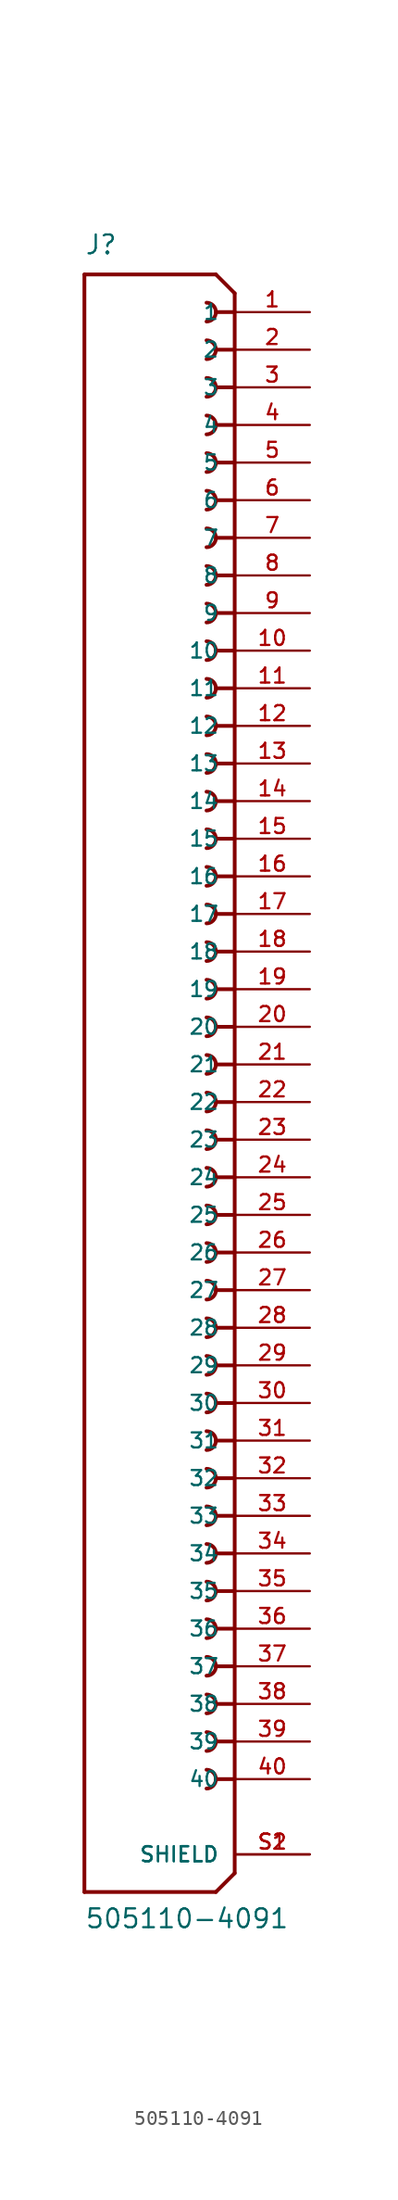
<source format=kicad_sym>
(kicad_symbol_lib
  (version 20211014)
  (generator kicad_symbol_editor)
  (symbol "505110-4091"
    (pin_names
      (offset 1.016))
    (property "Reference" "J"
      (at -10.16 54.61 0)
      (effects (font (size 1.27 1.27)) (justify bottom left)))
    (property "Value" "505110-4091"
      (at -10.16 -58.42 0)
      (effects (font (size 1.27 1.27)) (justify bottom left)))
    (symbol "505110-4091_0_0"
      (polyline (pts (xy 0.0 52.07) (xy -1.27 53.34)) (stroke (width 0.254)))
      (polyline (pts (xy 0.0 52.07) (xy 0.0 50.8)) (stroke (width 0.254)))
      (polyline (pts (xy 0.0 50.8) (xy 0.0 -54.61)) (stroke (width 0.254)))
      (polyline (pts (xy 0.0 -54.61) (xy -1.27 -55.88)) (stroke (width 0.254)))
      (polyline (pts (xy -1.27 -55.88) (xy -10.16 -55.88)) (stroke (width 0.254)))
      (polyline (pts (xy -10.16 -55.88) (xy -10.16 53.34)) (stroke (width 0.254)))
      (polyline (pts (xy -10.16 53.34) (xy -1.27 53.34)) (stroke (width 0.254)))
      (polyline (pts (xy 0.0 50.8) (xy -1.27 50.8)) (stroke (width 0.254)))
      (arc (start -1.905 50.165) (mid -1.27 50.8) (end -1.905 51.435) (stroke (width 0.254) (type default) (color 0 0 0 0)) (fill (type none)))
      (polyline (pts (xy 0.0 48.26) (xy -1.27 48.26)) (stroke (width 0.254)))
      (arc (start -1.905 47.625) (mid -1.27 48.26) (end -1.905 48.895) (stroke (width 0.254) (type default) (color 0 0 0 0)) (fill (type none)))
      (polyline (pts (xy 0.0 45.72) (xy -1.27 45.72)) (stroke (width 0.254)))
      (arc (start -1.905 45.085) (mid -1.27 45.72) (end -1.905 46.355) (stroke (width 0.254) (type default) (color 0 0 0 0)) (fill (type none)))
      (polyline (pts (xy 0.0 43.18) (xy -1.27 43.18)) (stroke (width 0.254)))
      (arc (start -1.905 42.545) (mid -1.27 43.18) (end -1.905 43.815) (stroke (width 0.254) (type default) (color 0 0 0 0)) (fill (type none)))
      (polyline (pts (xy 0.0 40.64) (xy -1.27 40.64)) (stroke (width 0.254)))
      (arc (start -1.905 40.005) (mid -1.27 40.64) (end -1.905 41.275) (stroke (width 0.254) (type default) (color 0 0 0 0)) (fill (type none)))
      (polyline (pts (xy 0.0 38.1) (xy -1.27 38.1)) (stroke (width 0.254)))
      (arc (start -1.905 37.465) (mid -1.27 38.1) (end -1.905 38.735) (stroke (width 0.254) (type default) (color 0 0 0 0)) (fill (type none)))
      (polyline (pts (xy 0.0 35.56) (xy -1.27 35.56)) (stroke (width 0.254)))
      (arc (start -1.905 34.925) (mid -1.27 35.56) (end -1.905 36.195) (stroke (width 0.254) (type default) (color 0 0 0 0)) (fill (type none)))
      (polyline (pts (xy 0.0 33.02) (xy -1.27 33.02)) (stroke (width 0.254)))
      (arc (start -1.905 32.385) (mid -1.27 33.02) (end -1.905 33.655) (stroke (width 0.254) (type default) (color 0 0 0 0)) (fill (type none)))
      (polyline (pts (xy 0.0 30.48) (xy -1.27 30.48)) (stroke (width 0.254)))
      (arc (start -1.905 29.845) (mid -1.27 30.48) (end -1.905 31.115) (stroke (width 0.254) (type default) (color 0 0 0 0)) (fill (type none)))
      (polyline (pts (xy 0.0 27.94) (xy -1.27 27.94)) (stroke (width 0.254)))
      (arc (start -1.905 27.305) (mid -1.27 27.94) (end -1.905 28.575) (stroke (width 0.254) (type default) (color 0 0 0 0)) (fill (type none)))
      (polyline (pts (xy 0.0 25.4) (xy -1.27 25.4)) (stroke (width 0.254)))
      (arc (start -1.905 24.765) (mid -1.27 25.4) (end -1.905 26.035) (stroke (width 0.254) (type default) (color 0 0 0 0)) (fill (type none)))
      (polyline (pts (xy 0.0 22.86) (xy -1.27 22.86)) (stroke (width 0.254)))
      (arc (start -1.905 22.225) (mid -1.27 22.86) (end -1.905 23.495) (stroke (width 0.254) (type default) (color 0 0 0 0)) (fill (type none)))
      (polyline (pts (xy 0.0 20.32) (xy -1.27 20.32)) (stroke (width 0.254)))
      (arc (start -1.905 19.685) (mid -1.27 20.32) (end -1.905 20.955) (stroke (width 0.254) (type default) (color 0 0 0 0)) (fill (type none)))
      (polyline (pts (xy 0.0 17.78) (xy -1.27 17.78)) (stroke (width 0.254)))
      (arc (start -1.905 17.145) (mid -1.27 17.78) (end -1.905 18.415) (stroke (width 0.254) (type default) (color 0 0 0 0)) (fill (type none)))
      (polyline (pts (xy 0.0 15.24) (xy -1.27 15.24)) (stroke (width 0.254)))
      (arc (start -1.905 14.605) (mid -1.27 15.24) (end -1.905 15.875) (stroke (width 0.254) (type default) (color 0 0 0 0)) (fill (type none)))
      (polyline (pts (xy 0.0 12.7) (xy -1.27 12.7)) (stroke (width 0.254)))
      (arc (start -1.905 12.065) (mid -1.27 12.7) (end -1.905 13.335) (stroke (width 0.254) (type default) (color 0 0 0 0)) (fill (type none)))
      (polyline (pts (xy 0.0 10.16) (xy -1.27 10.16)) (stroke (width 0.254)))
      (arc (start -1.905 9.525) (mid -1.27 10.16) (end -1.905 10.795) (stroke (width 0.254) (type default) (color 0 0 0 0)) (fill (type none)))
      (polyline (pts (xy 0.0 7.62) (xy -1.27 7.62)) (stroke (width 0.254)))
      (arc (start -1.905 6.985) (mid -1.27 7.62) (end -1.905 8.255) (stroke (width 0.254) (type default) (color 0 0 0 0)) (fill (type none)))
      (polyline (pts (xy 0.0 5.08) (xy -1.27 5.08)) (stroke (width 0.254)))
      (arc (start -1.905 4.445) (mid -1.27 5.08) (end -1.905 5.715) (stroke (width 0.254) (type default) (color 0 0 0 0)) (fill (type none)))
      (polyline (pts (xy 0.0 2.54) (xy -1.27 2.54)) (stroke (width 0.254)))
      (arc (start -1.905 1.905) (mid -1.27 2.54) (end -1.905 3.175) (stroke (width 0.254) (type default) (color 0 0 0 0)) (fill (type none)))
      (polyline (pts (xy 0.0 0.0) (xy -1.27 0.0)) (stroke (width 0.254)))
      (arc (start -1.905 -0.635) (mid -1.27 0.0) (end -1.905 0.635) (stroke (width 0.254) (type default) (color 0 0 0 0)) (fill (type none)))
      (polyline (pts (xy 0.0 -2.54) (xy -1.27 -2.54)) (stroke (width 0.254)))
      (arc (start -1.905 -3.175) (mid -1.27 -2.54) (end -1.905 -1.905) (stroke (width 0.254) (type default) (color 0 0 0 0)) (fill (type none)))
      (polyline (pts (xy 0.0 -5.08) (xy -1.27 -5.08)) (stroke (width 0.254)))
      (arc (start -1.905 -5.715) (mid -1.27 -5.08) (end -1.905 -4.445) (stroke (width 0.254) (type default) (color 0 0 0 0)) (fill (type none)))
      (polyline (pts (xy 0.0 -7.62) (xy -1.27 -7.62)) (stroke (width 0.254)))
      (arc (start -1.905 -8.255) (mid -1.27 -7.62) (end -1.905 -6.985) (stroke (width 0.254) (type default) (color 0 0 0 0)) (fill (type none)))
      (polyline (pts (xy 0.0 -10.16) (xy -1.27 -10.16)) (stroke (width 0.254)))
      (arc (start -1.905 -10.795) (mid -1.27 -10.16) (end -1.905 -9.525) (stroke (width 0.254) (type default) (color 0 0 0 0)) (fill (type none)))
      (polyline (pts (xy 0.0 -12.7) (xy -1.27 -12.7)) (stroke (width 0.254)))
      (arc (start -1.905 -13.335) (mid -1.27 -12.7) (end -1.905 -12.065) (stroke (width 0.254) (type default) (color 0 0 0 0)) (fill (type none)))
      (polyline (pts (xy 0.0 -15.24) (xy -1.27 -15.24)) (stroke (width 0.254)))
      (arc (start -1.905 -15.875) (mid -1.27 -15.24) (end -1.905 -14.605) (stroke (width 0.254) (type default) (color 0 0 0 0)) (fill (type none)))
      (polyline (pts (xy 0.0 -17.78) (xy -1.27 -17.78)) (stroke (width 0.254)))
      (arc (start -1.905 -18.415) (mid -1.27 -17.78) (end -1.905 -17.145) (stroke (width 0.254) (type default) (color 0 0 0 0)) (fill (type none)))
      (polyline (pts (xy 0.0 -20.32) (xy -1.27 -20.32)) (stroke (width 0.254)))
      (arc (start -1.905 -20.955) (mid -1.27 -20.32) (end -1.905 -19.685) (stroke (width 0.254) (type default) (color 0 0 0 0)) (fill (type none)))
      (polyline (pts (xy 0.0 -22.86) (xy -1.27 -22.86)) (stroke (width 0.254)))
      (arc (start -1.905 -23.495) (mid -1.27 -22.86) (end -1.905 -22.225) (stroke (width 0.254) (type default) (color 0 0 0 0)) (fill (type none)))
      (polyline (pts (xy 0.0 -25.4) (xy -1.27 -25.4)) (stroke (width 0.254)))
      (arc (start -1.905 -26.035) (mid -1.27 -25.4) (end -1.905 -24.765) (stroke (width 0.254) (type default) (color 0 0 0 0)) (fill (type none)))
      (polyline (pts (xy 0.0 -27.94) (xy -1.27 -27.94)) (stroke (width 0.254)))
      (arc (start -1.905 -28.575) (mid -1.27 -27.94) (end -1.905 -27.305) (stroke (width 0.254) (type default) (color 0 0 0 0)) (fill (type none)))
      (polyline (pts (xy 0.0 -30.48) (xy -1.27 -30.48)) (stroke (width 0.254)))
      (arc (start -1.905 -31.115) (mid -1.27 -30.48) (end -1.905 -29.845) (stroke (width 0.254) (type default) (color 0 0 0 0)) (fill (type none)))
      (polyline (pts (xy 0.0 -33.02) (xy -1.27 -33.02)) (stroke (width 0.254)))
      (arc (start -1.905 -33.655) (mid -1.27 -33.02) (end -1.905 -32.385) (stroke (width 0.254) (type default) (color 0 0 0 0)) (fill (type none)))
      (polyline (pts (xy 0.0 -35.56) (xy -1.27 -35.56)) (stroke (width 0.254)))
      (arc (start -1.905 -36.195) (mid -1.27 -35.56) (end -1.905 -34.925) (stroke (width 0.254) (type default) (color 0 0 0 0)) (fill (type none)))
      (polyline (pts (xy 0.0 -38.1) (xy -1.27 -38.1)) (stroke (width 0.254)))
      (arc (start -1.905 -38.735) (mid -1.27 -38.1) (end -1.905 -37.465) (stroke (width 0.254) (type default) (color 0 0 0 0)) (fill (type none)))
      (polyline (pts (xy 0.0 -40.64) (xy -1.27 -40.64)) (stroke (width 0.254)))
      (arc (start -1.905 -41.275) (mid -1.27 -40.64) (end -1.905 -40.005) (stroke (width 0.254) (type default) (color 0 0 0 0)) (fill (type none)))
      (polyline (pts (xy 0.0 -43.18) (xy -1.27 -43.18)) (stroke (width 0.254)))
      (arc (start -1.905 -43.815) (mid -1.27 -43.18) (end -1.905 -42.545) (stroke (width 0.254) (type default) (color 0 0 0 0)) (fill (type none)))
      (polyline (pts (xy 0.0 -45.72) (xy -1.27 -45.72)) (stroke (width 0.254)))
      (arc (start -1.905 -46.355) (mid -1.27 -45.72) (end -1.905 -45.085) (stroke (width 0.254) (type default) (color 0 0 0 0)) (fill (type none)))
      (polyline (pts (xy 0.0 -48.26) (xy -1.27 -48.26)) (stroke (width 0.254)))
      (arc (start -1.905 -48.895) (mid -1.27 -48.26) (end -1.905 -47.625) (stroke (width 0.254) (type default) (color 0 0 0 0)) (fill (type none)))
      (pin passive line (at 5.08 50.8 180.0) (length 5.08) (name "1" (effects (font (size 1.016 1.016)))) (number "1" (effects (font (size 1.016 1.016)))))
      (pin passive line (at 5.08 48.26 180.0) (length 5.08) (name "2" (effects (font (size 1.016 1.016)))) (number "2" (effects (font (size 1.016 1.016)))))
      (pin passive line (at 5.08 -53.34 180.0) (length 5.08) (name "SHIELD" (effects (font (size 1.016 1.016)))) (number "S1" (effects (font (size 1.016 1.016)))))
      (pin passive line (at 5.08 -53.34 180.0) (length 5.08) (name "SHIELD" (effects (font (size 1.016 1.016)))) (number "S2" (effects (font (size 1.016 1.016)))))
      (pin passive line (at 5.08 45.72 180.0) (length 5.08) (name "3" (effects (font (size 1.016 1.016)))) (number "3" (effects (font (size 1.016 1.016)))))
      (pin passive line (at 5.08 43.18 180.0) (length 5.08) (name "4" (effects (font (size 1.016 1.016)))) (number "4" (effects (font (size 1.016 1.016)))))
      (pin passive line (at 5.08 40.64 180.0) (length 5.08) (name "5" (effects (font (size 1.016 1.016)))) (number "5" (effects (font (size 1.016 1.016)))))
      (pin passive line (at 5.08 38.1 180.0) (length 5.08) (name "6" (effects (font (size 1.016 1.016)))) (number "6" (effects (font (size 1.016 1.016)))))
      (pin passive line (at 5.08 35.56 180.0) (length 5.08) (name "7" (effects (font (size 1.016 1.016)))) (number "7" (effects (font (size 1.016 1.016)))))
      (pin passive line (at 5.08 33.02 180.0) (length 5.08) (name "8" (effects (font (size 1.016 1.016)))) (number "8" (effects (font (size 1.016 1.016)))))
      (pin passive line (at 5.08 30.48 180.0) (length 5.08) (name "9" (effects (font (size 1.016 1.016)))) (number "9" (effects (font (size 1.016 1.016)))))
      (pin passive line (at 5.08 27.94 180.0) (length 5.08) (name "10" (effects (font (size 1.016 1.016)))) (number "10" (effects (font (size 1.016 1.016)))))
      (pin passive line (at 5.08 25.4 180.0) (length 5.08) (name "11" (effects (font (size 1.016 1.016)))) (number "11" (effects (font (size 1.016 1.016)))))
      (pin passive line (at 5.08 22.86 180.0) (length 5.08) (name "12" (effects (font (size 1.016 1.016)))) (number "12" (effects (font (size 1.016 1.016)))))
      (pin passive line (at 5.08 20.32 180.0) (length 5.08) (name "13" (effects (font (size 1.016 1.016)))) (number "13" (effects (font (size 1.016 1.016)))))
      (pin passive line (at 5.08 17.78 180.0) (length 5.08) (name "14" (effects (font (size 1.016 1.016)))) (number "14" (effects (font (size 1.016 1.016)))))
      (pin passive line (at 5.08 15.24 180.0) (length 5.08) (name "15" (effects (font (size 1.016 1.016)))) (number "15" (effects (font (size 1.016 1.016)))))
      (pin passive line (at 5.08 12.7 180.0) (length 5.08) (name "16" (effects (font (size 1.016 1.016)))) (number "16" (effects (font (size 1.016 1.016)))))
      (pin passive line (at 5.08 10.16 180.0) (length 5.08) (name "17" (effects (font (size 1.016 1.016)))) (number "17" (effects (font (size 1.016 1.016)))))
      (pin passive line (at 5.08 7.62 180.0) (length 5.08) (name "18" (effects (font (size 1.016 1.016)))) (number "18" (effects (font (size 1.016 1.016)))))
      (pin passive line (at 5.08 5.08 180.0) (length 5.08) (name "19" (effects (font (size 1.016 1.016)))) (number "19" (effects (font (size 1.016 1.016)))))
      (pin passive line (at 5.08 2.54 180.0) (length 5.08) (name "20" (effects (font (size 1.016 1.016)))) (number "20" (effects (font (size 1.016 1.016)))))
      (pin passive line (at 5.08 0.0 180.0) (length 5.08) (name "21" (effects (font (size 1.016 1.016)))) (number "21" (effects (font (size 1.016 1.016)))))
      (pin passive line (at 5.08 -2.54 180.0) (length 5.08) (name "22" (effects (font (size 1.016 1.016)))) (number "22" (effects (font (size 1.016 1.016)))))
      (pin passive line (at 5.08 -5.08 180.0) (length 5.08) (name "23" (effects (font (size 1.016 1.016)))) (number "23" (effects (font (size 1.016 1.016)))))
      (pin passive line (at 5.08 -7.62 180.0) (length 5.08) (name "24" (effects (font (size 1.016 1.016)))) (number "24" (effects (font (size 1.016 1.016)))))
      (pin passive line (at 5.08 -10.16 180.0) (length 5.08) (name "25" (effects (font (size 1.016 1.016)))) (number "25" (effects (font (size 1.016 1.016)))))
      (pin passive line (at 5.08 -12.7 180.0) (length 5.08) (name "26" (effects (font (size 1.016 1.016)))) (number "26" (effects (font (size 1.016 1.016)))))
      (pin passive line (at 5.08 -15.24 180.0) (length 5.08) (name "27" (effects (font (size 1.016 1.016)))) (number "27" (effects (font (size 1.016 1.016)))))
      (pin passive line (at 5.08 -17.78 180.0) (length 5.08) (name "28" (effects (font (size 1.016 1.016)))) (number "28" (effects (font (size 1.016 1.016)))))
      (pin passive line (at 5.08 -20.32 180.0) (length 5.08) (name "29" (effects (font (size 1.016 1.016)))) (number "29" (effects (font (size 1.016 1.016)))))
      (pin passive line (at 5.08 -22.86 180.0) (length 5.08) (name "30" (effects (font (size 1.016 1.016)))) (number "30" (effects (font (size 1.016 1.016)))))
      (pin passive line (at 5.08 -25.4 180.0) (length 5.08) (name "31" (effects (font (size 1.016 1.016)))) (number "31" (effects (font (size 1.016 1.016)))))
      (pin passive line (at 5.08 -27.94 180.0) (length 5.08) (name "32" (effects (font (size 1.016 1.016)))) (number "32" (effects (font (size 1.016 1.016)))))
      (pin passive line (at 5.08 -30.48 180.0) (length 5.08) (name "33" (effects (font (size 1.016 1.016)))) (number "33" (effects (font (size 1.016 1.016)))))
      (pin passive line (at 5.08 -33.02 180.0) (length 5.08) (name "34" (effects (font (size 1.016 1.016)))) (number "34" (effects (font (size 1.016 1.016)))))
      (pin passive line (at 5.08 -35.56 180.0) (length 5.08) (name "35" (effects (font (size 1.016 1.016)))) (number "35" (effects (font (size 1.016 1.016)))))
      (pin passive line (at 5.08 -38.1 180.0) (length 5.08) (name "36" (effects (font (size 1.016 1.016)))) (number "36" (effects (font (size 1.016 1.016)))))
      (pin passive line (at 5.08 -40.64 180.0) (length 5.08) (name "37" (effects (font (size 1.016 1.016)))) (number "37" (effects (font (size 1.016 1.016)))))
      (pin passive line (at 5.08 -43.18 180.0) (length 5.08) (name "38" (effects (font (size 1.016 1.016)))) (number "38" (effects (font (size 1.016 1.016)))))
      (pin passive line (at 5.08 -45.72 180.0) (length 5.08) (name "39" (effects (font (size 1.016 1.016)))) (number "39" (effects (font (size 1.016 1.016)))))
      (pin passive line (at 5.08 -48.26 180.0) (length 5.08) (name "40" (effects (font (size 1.016 1.016)))) (number "40" (effects (font (size 1.016 1.016))))))))
</source>
